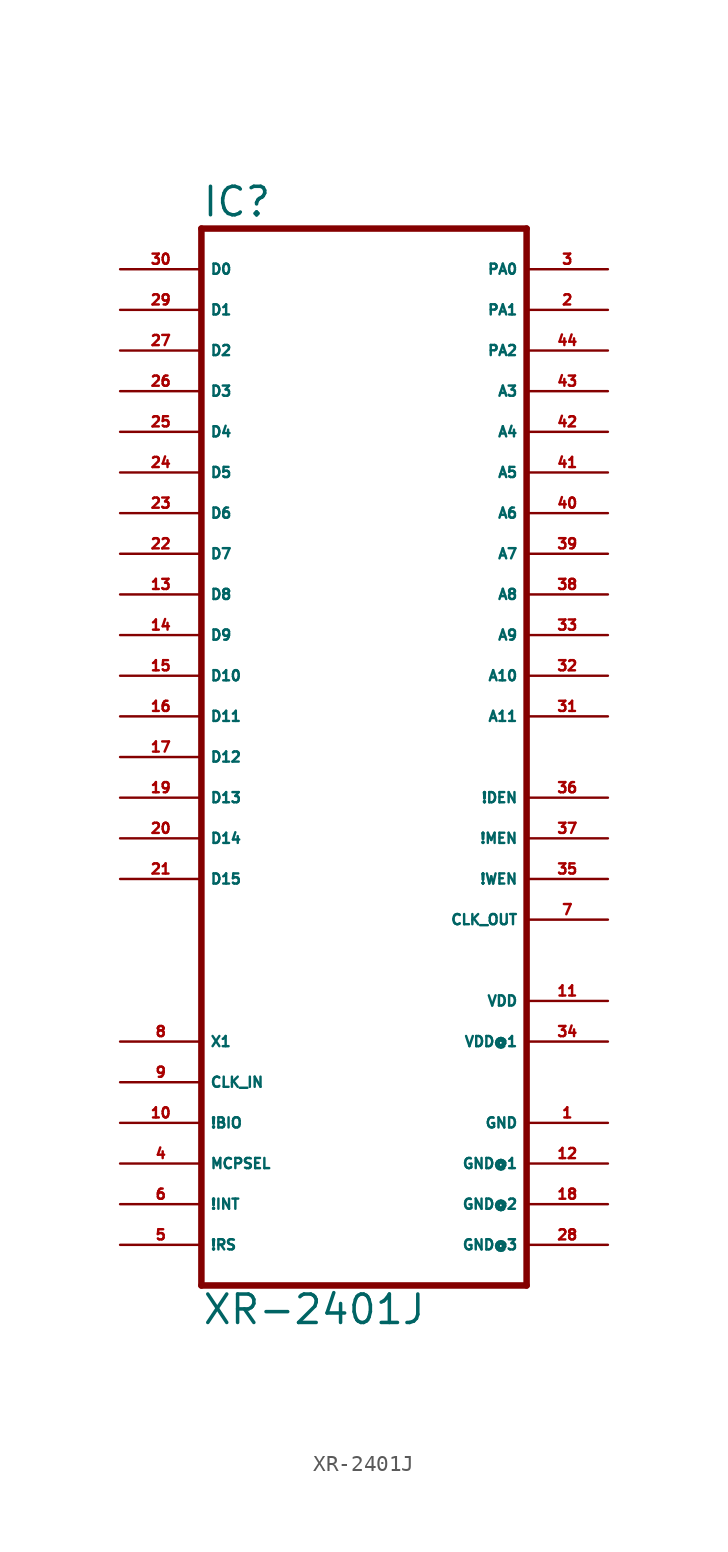
<source format=kicad_sym>
(kicad_symbol_lib
  (version 20220914)
  (generator Eagle2Kicad)
  (symbol "XR-2401J"
    (property "Reference" "IC"
      (at -10.16 33.655 0)
      (effects (font (size 1.778 1.778) (thickness 0.22)) (justify left bottom)))
    (property "Value" "XR-2401J"
      (at -10.16 -35.56 0)
      (effects (font (size 1.778 1.778) (thickness 0.22)) (justify left bottom)))
    (polyline
      (pts (xy -10.16 -33.02) (xy 10.16 -33.02))
      (stroke (width 0.406) (type default))
      (fill (type none)))
    (polyline
      (pts (xy 10.16 -33.02) (xy 10.16 33.02))
      (stroke (width 0.406) (type default))
      (fill (type none)))
    (polyline
      (pts (xy 10.16 33.02) (xy -10.16 33.02))
      (stroke (width 0.406) (type default))
      (fill (type none)))
    (polyline
      (pts (xy -10.16 33.02) (xy -10.16 -33.02))
      (stroke (width 0.406) (type default))
      (fill (type none)))
    (pin bidirectional line
      (at -15.24 30.48 0)
      (length 5.08)
      (name "D0" (effects (font (size 0.635 0.635) (thickness 0.08)) (justify left bottom)))
      (number "30" (effects (font (size 0.635 0.635) (thickness 0.08)) (justify left bottom))))
    (pin output line
      (at 15.24 30.48 180)
      (length 5.08)
      (name "PA0" (effects (font (size 0.635 0.635) (thickness 0.08)) (justify left bottom)))
      (number "3" (effects (font (size 0.635 0.635) (thickness 0.08)) (justify left bottom))))
    (pin output line
      (at 15.24 27.94 180)
      (length 5.08)
      (name "PA1" (effects (font (size 0.635 0.635) (thickness 0.08)) (justify left bottom)))
      (number "2" (effects (font (size 0.635 0.635) (thickness 0.08)) (justify left bottom))))
    (pin output line
      (at 15.24 25.4 180)
      (length 5.08)
      (name "PA2" (effects (font (size 0.635 0.635) (thickness 0.08)) (justify left bottom)))
      (number "44" (effects (font (size 0.635 0.635) (thickness 0.08)) (justify left bottom))))
    (pin output line
      (at 15.24 22.86 180)
      (length 5.08)
      (name "A3" (effects (font (size 0.635 0.635) (thickness 0.08)) (justify left bottom)))
      (number "43" (effects (font (size 0.635 0.635) (thickness 0.08)) (justify left bottom))))
    (pin output line
      (at 15.24 20.32 180)
      (length 5.08)
      (name "A4" (effects (font (size 0.635 0.635) (thickness 0.08)) (justify left bottom)))
      (number "42" (effects (font (size 0.635 0.635) (thickness 0.08)) (justify left bottom))))
    (pin output line
      (at 15.24 17.78 180)
      (length 5.08)
      (name "A5" (effects (font (size 0.635 0.635) (thickness 0.08)) (justify left bottom)))
      (number "41" (effects (font (size 0.635 0.635) (thickness 0.08)) (justify left bottom))))
    (pin output line
      (at 15.24 15.24 180)
      (length 5.08)
      (name "A6" (effects (font (size 0.635 0.635) (thickness 0.08)) (justify left bottom)))
      (number "40" (effects (font (size 0.635 0.635) (thickness 0.08)) (justify left bottom))))
    (pin output line
      (at 15.24 12.7 180)
      (length 5.08)
      (name "A7" (effects (font (size 0.635 0.635) (thickness 0.08)) (justify left bottom)))
      (number "39" (effects (font (size 0.635 0.635) (thickness 0.08)) (justify left bottom))))
    (pin output line
      (at 15.24 10.16 180)
      (length 5.08)
      (name "A8" (effects (font (size 0.635 0.635) (thickness 0.08)) (justify left bottom)))
      (number "38" (effects (font (size 0.635 0.635) (thickness 0.08)) (justify left bottom))))
    (pin output line
      (at 15.24 7.62 180)
      (length 5.08)
      (name "A9" (effects (font (size 0.635 0.635) (thickness 0.08)) (justify left bottom)))
      (number "33" (effects (font (size 0.635 0.635) (thickness 0.08)) (justify left bottom))))
    (pin output line
      (at 15.24 5.08 180)
      (length 5.08)
      (name "A10" (effects (font (size 0.635 0.635) (thickness 0.08)) (justify left bottom)))
      (number "32" (effects (font (size 0.635 0.635) (thickness 0.08)) (justify left bottom))))
    (pin output line
      (at 15.24 2.54 180)
      (length 5.08)
      (name "A11" (effects (font (size 0.635 0.635) (thickness 0.08)) (justify left bottom)))
      (number "31" (effects (font (size 0.635 0.635) (thickness 0.08)) (justify left bottom))))
    (pin bidirectional line
      (at -15.24 27.94 0)
      (length 5.08)
      (name "D1" (effects (font (size 0.635 0.635) (thickness 0.08)) (justify left bottom)))
      (number "29" (effects (font (size 0.635 0.635) (thickness 0.08)) (justify left bottom))))
    (pin bidirectional line
      (at -15.24 25.4 0)
      (length 5.08)
      (name "D2" (effects (font (size 0.635 0.635) (thickness 0.08)) (justify left bottom)))
      (number "27" (effects (font (size 0.635 0.635) (thickness 0.08)) (justify left bottom))))
    (pin bidirectional line
      (at -15.24 22.86 0)
      (length 5.08)
      (name "D3" (effects (font (size 0.635 0.635) (thickness 0.08)) (justify left bottom)))
      (number "26" (effects (font (size 0.635 0.635) (thickness 0.08)) (justify left bottom))))
    (pin bidirectional line
      (at -15.24 20.32 0)
      (length 5.08)
      (name "D4" (effects (font (size 0.635 0.635) (thickness 0.08)) (justify left bottom)))
      (number "25" (effects (font (size 0.635 0.635) (thickness 0.08)) (justify left bottom))))
    (pin bidirectional line
      (at -15.24 17.78 0)
      (length 5.08)
      (name "D5" (effects (font (size 0.635 0.635) (thickness 0.08)) (justify left bottom)))
      (number "24" (effects (font (size 0.635 0.635) (thickness 0.08)) (justify left bottom))))
    (pin bidirectional line
      (at -15.24 15.24 0)
      (length 5.08)
      (name "D6" (effects (font (size 0.635 0.635) (thickness 0.08)) (justify left bottom)))
      (number "23" (effects (font (size 0.635 0.635) (thickness 0.08)) (justify left bottom))))
    (pin bidirectional line
      (at -15.24 12.7 0)
      (length 5.08)
      (name "D7" (effects (font (size 0.635 0.635) (thickness 0.08)) (justify left bottom)))
      (number "22" (effects (font (size 0.635 0.635) (thickness 0.08)) (justify left bottom))))
    (pin bidirectional line
      (at -15.24 10.16 0)
      (length 5.08)
      (name "D8" (effects (font (size 0.635 0.635) (thickness 0.08)) (justify left bottom)))
      (number "13" (effects (font (size 0.635 0.635) (thickness 0.08)) (justify left bottom))))
    (pin bidirectional line
      (at -15.24 7.62 0)
      (length 5.08)
      (name "D9" (effects (font (size 0.635 0.635) (thickness 0.08)) (justify left bottom)))
      (number "14" (effects (font (size 0.635 0.635) (thickness 0.08)) (justify left bottom))))
    (pin bidirectional line
      (at -15.24 5.08 0)
      (length 5.08)
      (name "D10" (effects (font (size 0.635 0.635) (thickness 0.08)) (justify left bottom)))
      (number "15" (effects (font (size 0.635 0.635) (thickness 0.08)) (justify left bottom))))
    (pin bidirectional line
      (at -15.24 2.54 0)
      (length 5.08)
      (name "D11" (effects (font (size 0.635 0.635) (thickness 0.08)) (justify left bottom)))
      (number "16" (effects (font (size 0.635 0.635) (thickness 0.08)) (justify left bottom))))
    (pin bidirectional line
      (at -15.24 0 0)
      (length 5.08)
      (name "D12" (effects (font (size 0.635 0.635) (thickness 0.08)) (justify left bottom)))
      (number "17" (effects (font (size 0.635 0.635) (thickness 0.08)) (justify left bottom))))
    (pin bidirectional line
      (at -15.24 -2.54 0)
      (length 5.08)
      (name "D13" (effects (font (size 0.635 0.635) (thickness 0.08)) (justify left bottom)))
      (number "19" (effects (font (size 0.635 0.635) (thickness 0.08)) (justify left bottom))))
    (pin bidirectional line
      (at -15.24 -5.08 0)
      (length 5.08)
      (name "D14" (effects (font (size 0.635 0.635) (thickness 0.08)) (justify left bottom)))
      (number "20" (effects (font (size 0.635 0.635) (thickness 0.08)) (justify left bottom))))
    (pin bidirectional line
      (at -15.24 -7.62 0)
      (length 5.08)
      (name "D15" (effects (font (size 0.635 0.635) (thickness 0.08)) (justify left bottom)))
      (number "21" (effects (font (size 0.635 0.635) (thickness 0.08)) (justify left bottom))))
    (pin output line
      (at 15.24 -10.16 180)
      (length 5.08)
      (name "CLK_OUT" (effects (font (size 0.635 0.635) (thickness 0.08)) (justify left bottom)))
      (number "7" (effects (font (size 0.635 0.635) (thickness 0.08)) (justify left bottom))))
    (pin output line
      (at 15.24 -2.54 180)
      (length 5.08)
      (name "!DEN" (effects (font (size 0.635 0.635) (thickness 0.08)) (justify left bottom)))
      (number "36" (effects (font (size 0.635 0.635) (thickness 0.08)) (justify left bottom))))
    (pin output line
      (at 15.24 -5.08 180)
      (length 5.08)
      (name "!MEN" (effects (font (size 0.635 0.635) (thickness 0.08)) (justify left bottom)))
      (number "37" (effects (font (size 0.635 0.635) (thickness 0.08)) (justify left bottom))))
    (pin output line
      (at 15.24 -7.62 180)
      (length 5.08)
      (name "!WEN" (effects (font (size 0.635 0.635) (thickness 0.08)) (justify left bottom)))
      (number "35" (effects (font (size 0.635 0.635) (thickness 0.08)) (justify left bottom))))
    (pin input line
      (at -15.24 -17.78 0)
      (length 5.08)
      (name "X1" (effects (font (size 0.635 0.635) (thickness 0.08)) (justify left bottom)))
      (number "8" (effects (font (size 0.635 0.635) (thickness 0.08)) (justify left bottom))))
    (pin input line
      (at -15.24 -20.32 0)
      (length 5.08)
      (name "CLK_IN" (effects (font (size 0.635 0.635) (thickness 0.08)) (justify left bottom)))
      (number "9" (effects (font (size 0.635 0.635) (thickness 0.08)) (justify left bottom))))
    (pin input line
      (at -15.24 -22.86 0)
      (length 5.08)
      (name "!BIO" (effects (font (size 0.635 0.635) (thickness 0.08)) (justify left bottom)))
      (number "10" (effects (font (size 0.635 0.635) (thickness 0.08)) (justify left bottom))))
    (pin input line
      (at -15.24 -25.4 0)
      (length 5.08)
      (name "MCPSEL" (effects (font (size 0.635 0.635) (thickness 0.08)) (justify left bottom)))
      (number "4" (effects (font (size 0.635 0.635) (thickness 0.08)) (justify left bottom))))
    (pin input line
      (at -15.24 -27.94 0)
      (length 5.08)
      (name "!INT" (effects (font (size 0.635 0.635) (thickness 0.08)) (justify left bottom)))
      (number "6" (effects (font (size 0.635 0.635) (thickness 0.08)) (justify left bottom))))
    (pin input line
      (at -15.24 -30.48 0)
      (length 5.08)
      (name "!RS" (effects (font (size 0.635 0.635) (thickness 0.08)) (justify left bottom)))
      (number "5" (effects (font (size 0.635 0.635) (thickness 0.08)) (justify left bottom))))
    (pin unspecified line
      (at 15.24 -22.86 180)
      (length 5.08)
      (name "GND" (effects (font (size 0.635 0.635) (thickness 0.08)) (justify left bottom)))
      (number "1" (effects (font (size 0.635 0.635) (thickness 0.08)) (justify left bottom))))
    (pin unspecified line
      (at 15.24 -17.78 180)
      (length 5.08)
      (name "VDD@1" (effects (font (size 0.635 0.635) (thickness 0.08)) (justify left bottom)))
      (number "34" (effects (font (size 0.635 0.635) (thickness 0.08)) (justify left bottom))))
    (pin unspecified line
      (at 15.24 -15.24 180)
      (length 5.08)
      (name "VDD" (effects (font (size 0.635 0.635) (thickness 0.08)) (justify left bottom)))
      (number "11" (effects (font (size 0.635 0.635) (thickness 0.08)) (justify left bottom))))
    (pin unspecified line
      (at 15.24 -25.4 180)
      (length 5.08)
      (name "GND@1" (effects (font (size 0.635 0.635) (thickness 0.08)) (justify left bottom)))
      (number "12" (effects (font (size 0.635 0.635) (thickness 0.08)) (justify left bottom))))
    (pin unspecified line
      (at 15.24 -27.94 180)
      (length 5.08)
      (name "GND@2" (effects (font (size 0.635 0.635) (thickness 0.08)) (justify left bottom)))
      (number "18" (effects (font (size 0.635 0.635) (thickness 0.08)) (justify left bottom))))
    (pin unspecified line
      (at 15.24 -30.48 180)
      (length 5.08)
      (name "GND@3" (effects (font (size 0.635 0.635) (thickness 0.08)) (justify left bottom)))
      (number "28" (effects (font (size 0.635 0.635) (thickness 0.08)) (justify left bottom))))))
</source>
